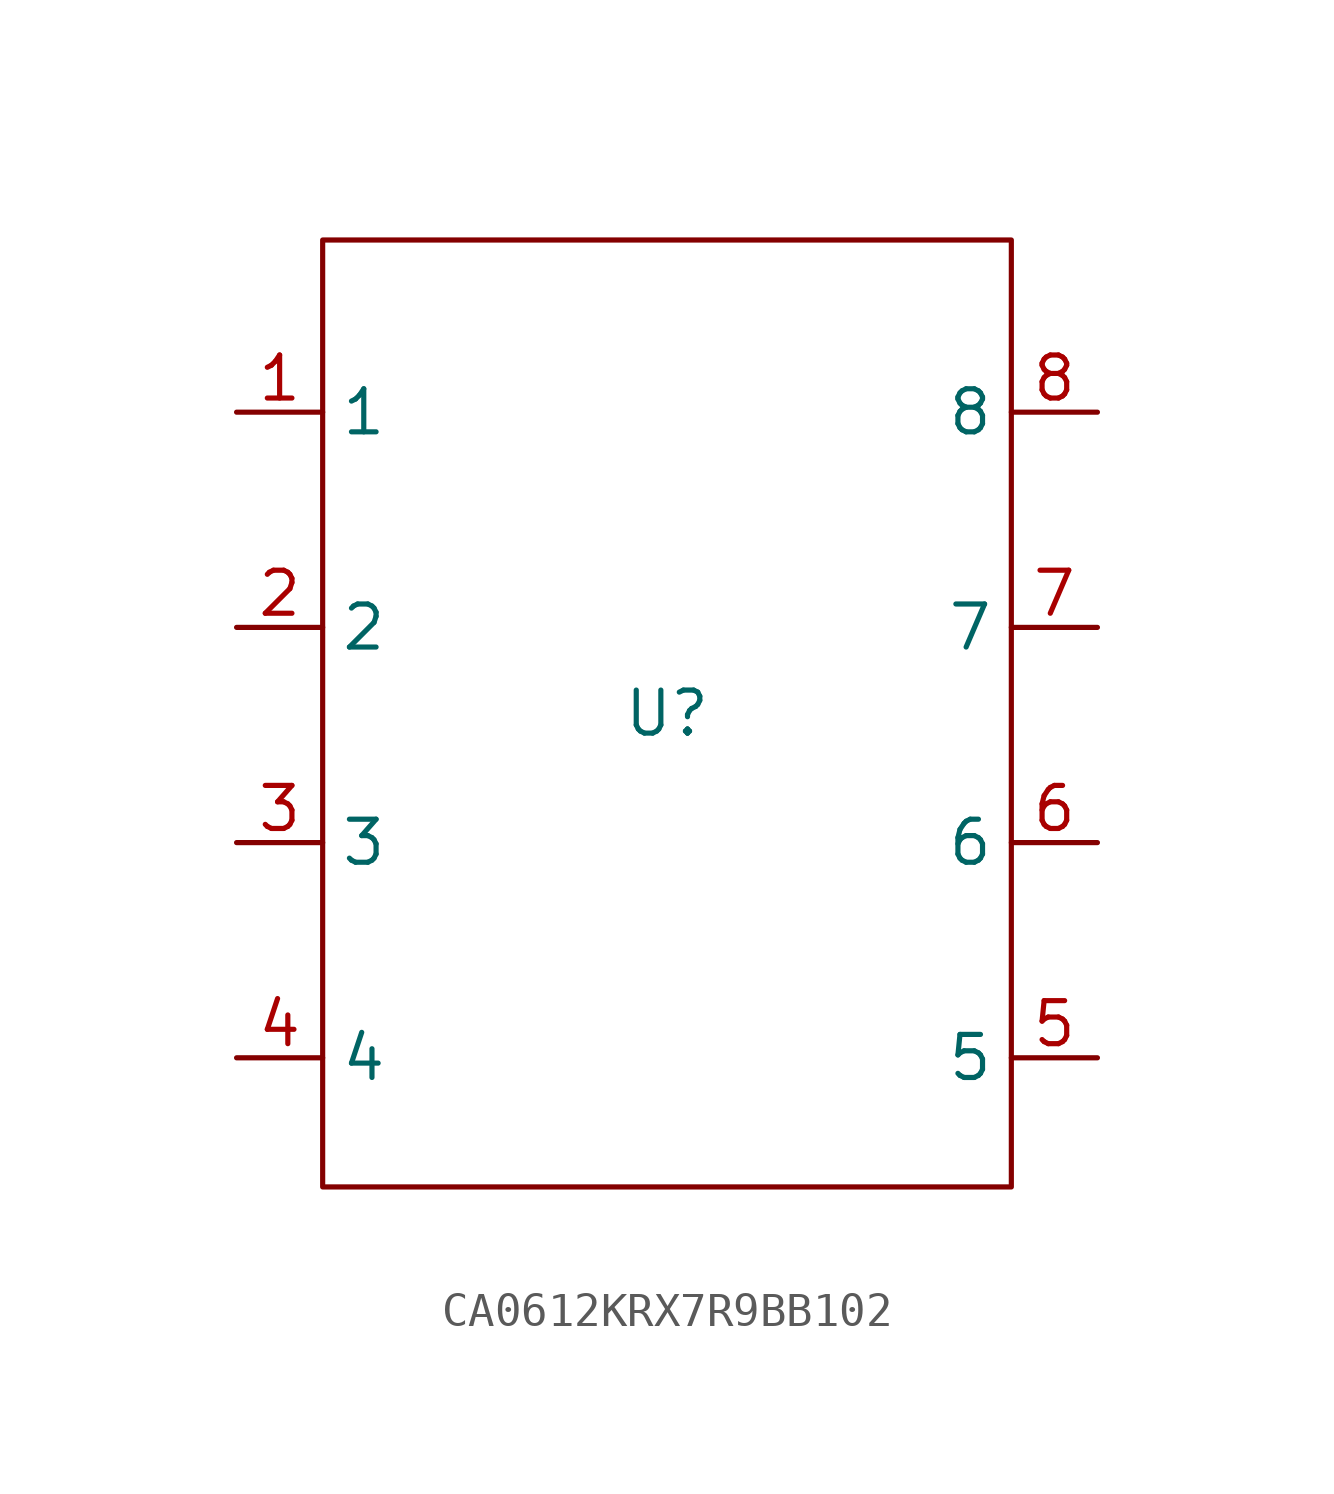
<source format=kicad_sym>
(kicad_symbol_lib
  (version 20220914)
  (generator kicad_symbol_editor)
  (symbol "CA0612KRX7R9BB102"
    (property "Reference" "U"
      (at 0 0 0)
      (effects (font (size 1.27 1.27))))
    (property "Value" ""
      (at 2.54 13.97 0)
      (effects (font (size 1.27 1.27))))
    (symbol "CA0612KRX7R9BB102_0_1"
      (rectangle (start -10.16 13.97) (end 10.16 -13.97) (stroke (width 0) (type default)) (fill (type none))))
    (symbol "CA0612KRX7R9BB102_1_1"
      (pin input line (at -12.7 8.89 0) (length 2.54) (name "1" (effects (font (size 1.27 1.27)))) (number "1" (effects (font (size 1.27 1.27)))))
      (pin input line (at -12.7 2.54 0) (length 2.54) (name "2" (effects (font (size 1.27 1.27)))) (number "2" (effects (font (size 1.27 1.27)))))
      (pin input line (at -12.7 -3.81 0) (length 2.54) (name "3" (effects (font (size 1.27 1.27)))) (number "3" (effects (font (size 1.27 1.27)))))
      (pin input line (at -12.7 -10.16 0) (length 2.54) (name "4" (effects (font (size 1.27 1.27)))) (number "4" (effects (font (size 1.27 1.27)))))
      (pin input line (at 12.7 -10.16 180) (length 2.54) (name "5" (effects (font (size 1.27 1.27)))) (number "5" (effects (font (size 1.27 1.27)))))
      (pin input line (at 12.7 -3.81 180) (length 2.54) (name "6" (effects (font (size 1.27 1.27)))) (number "6" (effects (font (size 1.27 1.27)))))
      (pin input line (at 12.7 2.54 180) (length 2.54) (name "7" (effects (font (size 1.27 1.27)))) (number "7" (effects (font (size 1.27 1.27)))))
      (pin input line (at 12.7 8.89 180) (length 2.54) (name "8" (effects (font (size 1.27 1.27)))) (number "8" (effects (font (size 1.27 1.27))))))))
</source>
